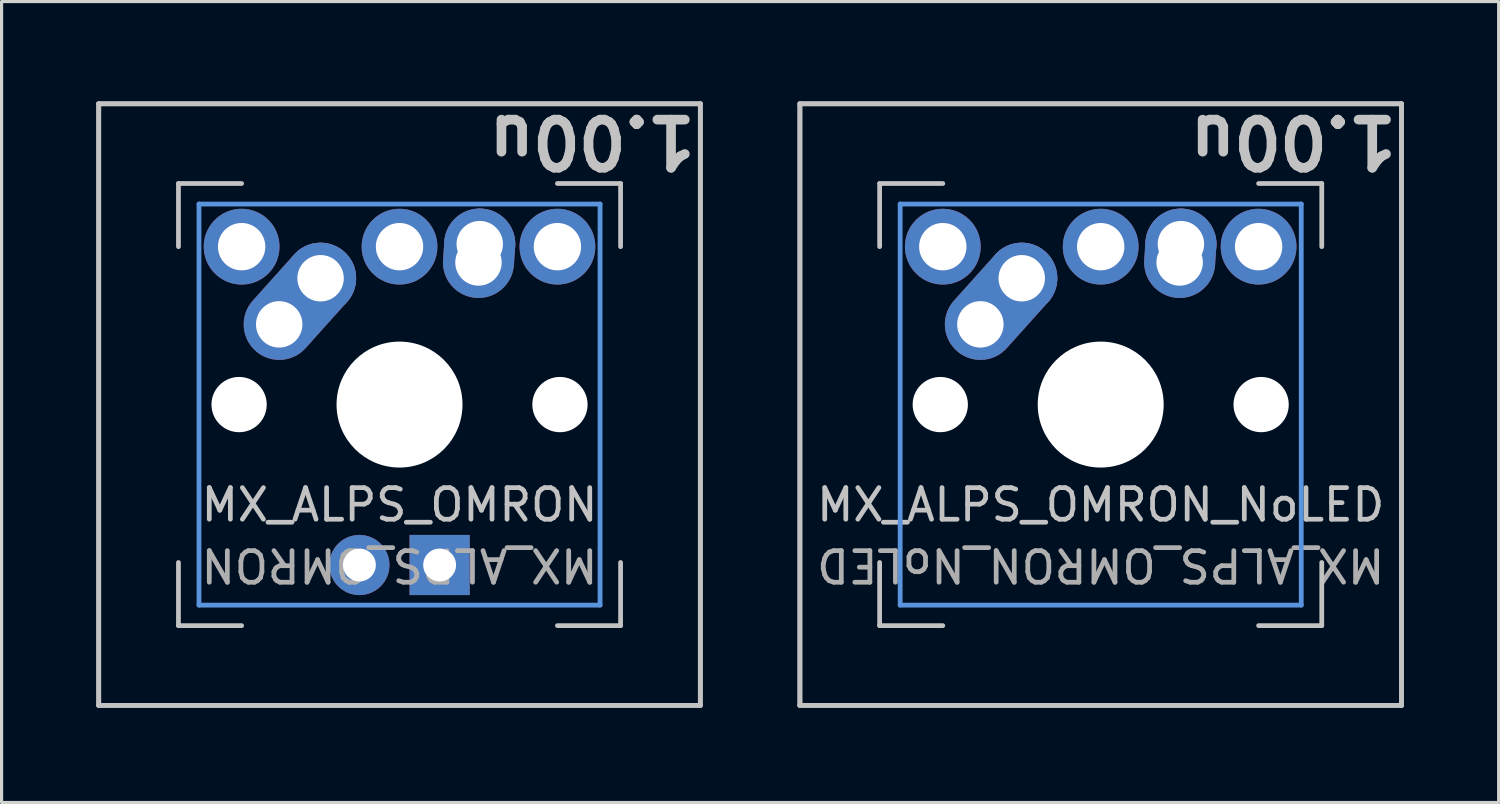
<source format=kicad_pcb>
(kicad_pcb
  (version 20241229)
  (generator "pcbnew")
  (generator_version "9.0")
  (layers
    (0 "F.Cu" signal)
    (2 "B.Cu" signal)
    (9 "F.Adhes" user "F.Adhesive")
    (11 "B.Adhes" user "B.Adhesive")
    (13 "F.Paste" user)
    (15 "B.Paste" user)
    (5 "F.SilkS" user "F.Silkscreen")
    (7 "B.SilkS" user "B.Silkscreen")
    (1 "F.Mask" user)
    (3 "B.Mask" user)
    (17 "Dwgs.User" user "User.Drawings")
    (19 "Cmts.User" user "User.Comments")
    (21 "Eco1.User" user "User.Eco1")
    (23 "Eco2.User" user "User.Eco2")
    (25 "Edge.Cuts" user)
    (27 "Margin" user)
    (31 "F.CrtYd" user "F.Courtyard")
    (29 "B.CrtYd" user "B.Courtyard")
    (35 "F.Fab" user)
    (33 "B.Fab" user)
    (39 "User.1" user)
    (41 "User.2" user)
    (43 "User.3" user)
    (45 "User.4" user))
  (footprint "MX_ALPS_OMRON_NoLED"
    (layer "F.Cu")
    (at 31.804 9.761)
    (property "Reference" "MX_ALPS_OMRON_NoLED" (at 0 3.175 0) (layer "Dwgs.User") (effects (font (size 1 1) (thickness 0.15))))
    (fp_line (start -9.525 -9.525) (end 9.525 -9.525) (stroke (width 0.15) (type solid)) (layer "Dwgs.User"))
    (fp_line (start -9.525 -9.525) (end 9.525 -9.525) (stroke (width 0.152) (type solid)) (layer "Dwgs.User"))
    (fp_line (start -9.525 9.525) (end -9.525 -9.525) (stroke (width 0.15) (type solid)) (layer "Dwgs.User"))
    (fp_line (start -9.525 9.525) (end -9.525 -9.525) (stroke (width 0.152) (type solid)) (layer "Dwgs.User"))
    (fp_line (start -7 -7) (end -7 -5) (stroke (width 0.15) (type solid)) (layer "Dwgs.User"))
    (fp_line (start -7 5) (end -7 7) (stroke (width 0.15) (type solid)) (layer "Dwgs.User"))
    (fp_line (start -7 7) (end -5 7) (stroke (width 0.15) (type solid)) (layer "Dwgs.User"))
    (fp_line (start -5 -7) (end -7 -7) (stroke (width 0.15) (type solid)) (layer "Dwgs.User"))
    (fp_line (start 5 -7) (end 7 -7) (stroke (width 0.15) (type solid)) (layer "Dwgs.User"))
    (fp_line (start 5 7) (end 7 7) (stroke (width 0.15) (type solid)) (layer "Dwgs.User"))
    (fp_line (start 7 -7) (end 7 -5) (stroke (width 0.15) (type solid)) (layer "Dwgs.User"))
    (fp_line (start 7 7) (end 7 5) (stroke (width 0.15) (type solid)) (layer "Dwgs.User"))
    (fp_line (start 9.525 -9.525) (end 9.525 9.525) (stroke (width 0.15) (type solid)) (layer "Dwgs.User"))
    (fp_line (start 9.525 9.525) (end -9.525 9.525) (stroke (width 0.15) (type solid)) (layer "Dwgs.User"))
    (fp_line (start 9.525 -9.525) (end 9.525 9.525) (stroke (width 0.152) (type solid)) (layer "Dwgs.User"))
    (fp_line (start 9.525 9.525) (end -9.525 9.525) (stroke (width 0.152) (type solid)) (layer "Dwgs.User"))
    (fp_line (start -6.35 -6.35) (end 6.35 -6.35) (stroke (width 0.152) (type solid)) (layer "Cmts.User"))
    (fp_line (start -6.35 6.35) (end -6.35 -6.35) (stroke (width 0.152) (type solid)) (layer "Cmts.User"))
    (fp_line (start 6.35 -6.35) (end 6.35 6.35) (stroke (width 0.152) (type solid)) (layer "Cmts.User"))
    (fp_line (start 6.35 6.35) (end -6.35 6.35) (stroke (width 0.152) (type solid)) (layer "Cmts.User"))
    (fp_text user "1.00u" (at 9.525 -8.334 180) (unlocked yes) (layer "Dwgs.User") (effects (font (size 1.524 1.524) (thickness 0.305)) (justify left)))
    (fp_text user "${REFERENCE}" (at 0.00004 5.08 180) (unlocked yes) (layer "F.Fab") (effects (font (size 1 1) (thickness 0.15))))
    (pad "" np_thru_hole circle (at -5.08 0 48.1) (size 1.75 1.75) (drill 1.75) (layers "*.Cu" "*.Mask"))
    (pad "" np_thru_hole circle (at 0 0) (size 3.988 3.988) (drill 3.988) (layers "*.Cu" "*.Mask"))
    (pad "" np_thru_hole circle (at 5.08 0 48.1) (size 1.75 1.75) (drill 1.75) (layers "*.Cu" "*.Mask"))
    (pad "1" thru_hole circle (at -5 -5 180) (size 2.4 2.4) (drill 1.5) (layers "*.Cu" "*.Mask"))
    (pad "1" thru_hole oval (at -3.81 -2.54 48.1) (size 4.212 2.25) (drill 1.47 (offset 0.981 0)) (layers "*.Cu" "*.Mask"))
    (pad "1" thru_hole circle (at -2.5 -4) (size 2.25 2.25) (drill 1.47) (layers "*.Cu" "*.Mask"))
    (pad "1" thru_hole circle (at 5 -5 180) (size 2.4 2.4) (drill 1.5) (layers "*.Cu" "*.Mask"))
    (pad "2" thru_hole circle (at 0.00004 -5 180) (size 2.4 2.4) (drill 1.5) (layers "*.Cu" "*.Mask"))
    (pad "2" thru_hole oval (at 2.5 -4.5 86.055) (size 2.831 2.25) (drill 1.47 (offset 0.291 0)) (layers "*.Cu" "*.Mask"))
    (pad "2" thru_hole circle (at 2.54 -5.08) (size 2.25 2.25) (drill 1.47) (layers "*.Cu" "*.Mask")))
  (footprint "MX_ALPS_OMRON"
    (layer "F.Cu")
    (at 9.601 9.761)
    (property "Reference" "MX_ALPS_OMRON" (at 0 3.175 0) (layer "Dwgs.User") (effects (font (size 1 1) (thickness 0.15))))
    (attr through_hole)
    (fp_line (start -9.525 -9.525) (end 9.525 -9.525) (stroke (width 0.15) (type solid)) (layer "Dwgs.User"))
    (fp_line (start -9.525 -9.525) (end 9.525 -9.525) (stroke (width 0.152) (type solid)) (layer "Dwgs.User"))
    (fp_line (start -9.525 9.525) (end -9.525 -9.525) (stroke (width 0.15) (type solid)) (layer "Dwgs.User"))
    (fp_line (start -9.525 9.525) (end -9.525 -9.525) (stroke (width 0.152) (type solid)) (layer "Dwgs.User"))
    (fp_line (start -7 -7) (end -7 -5) (stroke (width 0.15) (type solid)) (layer "Dwgs.User"))
    (fp_line (start -7 5) (end -7 7) (stroke (width 0.15) (type solid)) (layer "Dwgs.User"))
    (fp_line (start -7 7) (end -5 7) (stroke (width 0.15) (type solid)) (layer "Dwgs.User"))
    (fp_line (start -5 -7) (end -7 -7) (stroke (width 0.15) (type solid)) (layer "Dwgs.User"))
    (fp_line (start 5 -7) (end 7 -7) (stroke (width 0.15) (type solid)) (layer "Dwgs.User"))
    (fp_line (start 5 7) (end 7 7) (stroke (width 0.15) (type solid)) (layer "Dwgs.User"))
    (fp_line (start 7 -7) (end 7 -5) (stroke (width 0.15) (type solid)) (layer "Dwgs.User"))
    (fp_line (start 7 7) (end 7 5) (stroke (width 0.15) (type solid)) (layer "Dwgs.User"))
    (fp_line (start 9.525 -9.525) (end 9.525 9.525) (stroke (width 0.15) (type solid)) (layer "Dwgs.User"))
    (fp_line (start 9.525 9.525) (end -9.525 9.525) (stroke (width 0.15) (type solid)) (layer "Dwgs.User"))
    (fp_line (start 9.525 -9.525) (end 9.525 9.525) (stroke (width 0.152) (type solid)) (layer "Dwgs.User"))
    (fp_line (start 9.525 9.525) (end -9.525 9.525) (stroke (width 0.152) (type solid)) (layer "Dwgs.User"))
    (fp_line (start -6.35 -6.35) (end 6.35 -6.35) (stroke (width 0.152) (type solid)) (layer "Cmts.User"))
    (fp_line (start -6.35 6.35) (end -6.35 -6.35) (stroke (width 0.152) (type solid)) (layer "Cmts.User"))
    (fp_line (start 6.35 -6.35) (end 6.35 6.35) (stroke (width 0.152) (type solid)) (layer "Cmts.User"))
    (fp_line (start 6.35 6.35) (end -6.35 6.35) (stroke (width 0.152) (type solid)) (layer "Cmts.User"))
    (fp_text user "1.00u" (at 9.525 -8.334 180) (unlocked yes) (layer "Dwgs.User") (effects (font (size 1.524 1.524) (thickness 0.305)) (justify left)))
    (fp_text user "${REFERENCE}" (at 0.00004 5.08 180) (unlocked yes) (layer "F.Fab") (effects (font (size 1 1) (thickness 0.15))))
    (pad "" np_thru_hole circle (at -5.08 0 48.1) (size 1.75 1.75) (drill 1.75) (layers "*.Cu" "*.Mask"))
    (pad "" np_thru_hole circle (at 0 0) (size 3.988 3.988) (drill 3.988) (layers "*.Cu" "*.Mask"))
    (pad "" np_thru_hole circle (at 5.08 0 48.1) (size 1.75 1.75) (drill 1.75) (layers "*.Cu" "*.Mask"))
    (pad "1" thru_hole circle (at -5 -5 180) (size 2.4 2.4) (drill 1.5) (layers "*.Cu" "*.Mask"))
    (pad "1" thru_hole oval (at -3.81 -2.54 48.1) (size 4.212 2.25) (drill 1.47 (offset 0.981 0)) (layers "*.Cu" "B.Mask"))
    (pad "1" thru_hole circle (at -2.5 -4) (size 2.25 2.25) (drill 1.47) (layers "*.Cu" "B.Mask"))
    (pad "1" thru_hole circle (at 5 -5 180) (size 2.4 2.4) (drill 1.5) (layers "*.Cu" "*.Mask"))
    (pad "2" thru_hole circle (at 0.00004 -5 180) (size 2.4 2.4) (drill oval 1.5) (layers "*.Cu" "*.Mask"))
    (pad "2" thru_hole oval (at 2.5 -4.5 86.055) (size 2.831 2.25) (drill 1.47 (offset 0.291 0)) (layers "*.Cu" "B.Mask"))
    (pad "2" thru_hole circle (at 2.54 -5.08) (size 2.25 2.25) (drill 1.47) (layers "*.Cu" "B.Mask"))
    (pad "3" thru_hole circle (at -1.27 5.08) (size 1.905 1.905) (drill 1.04) (layers "*.Cu" "B.Mask"))
    (pad "4" thru_hole rect (at 1.27 5.08) (size 1.905 1.905) (drill 1.04) (layers "*.Cu" "B.Mask")))
  (gr_rect
    (start -3 -3)
    (end 44.405 22.362)
    (stroke (width 0.1) (type default))
    (fill no)
    (layer "Edge.Cuts")))
</source>
